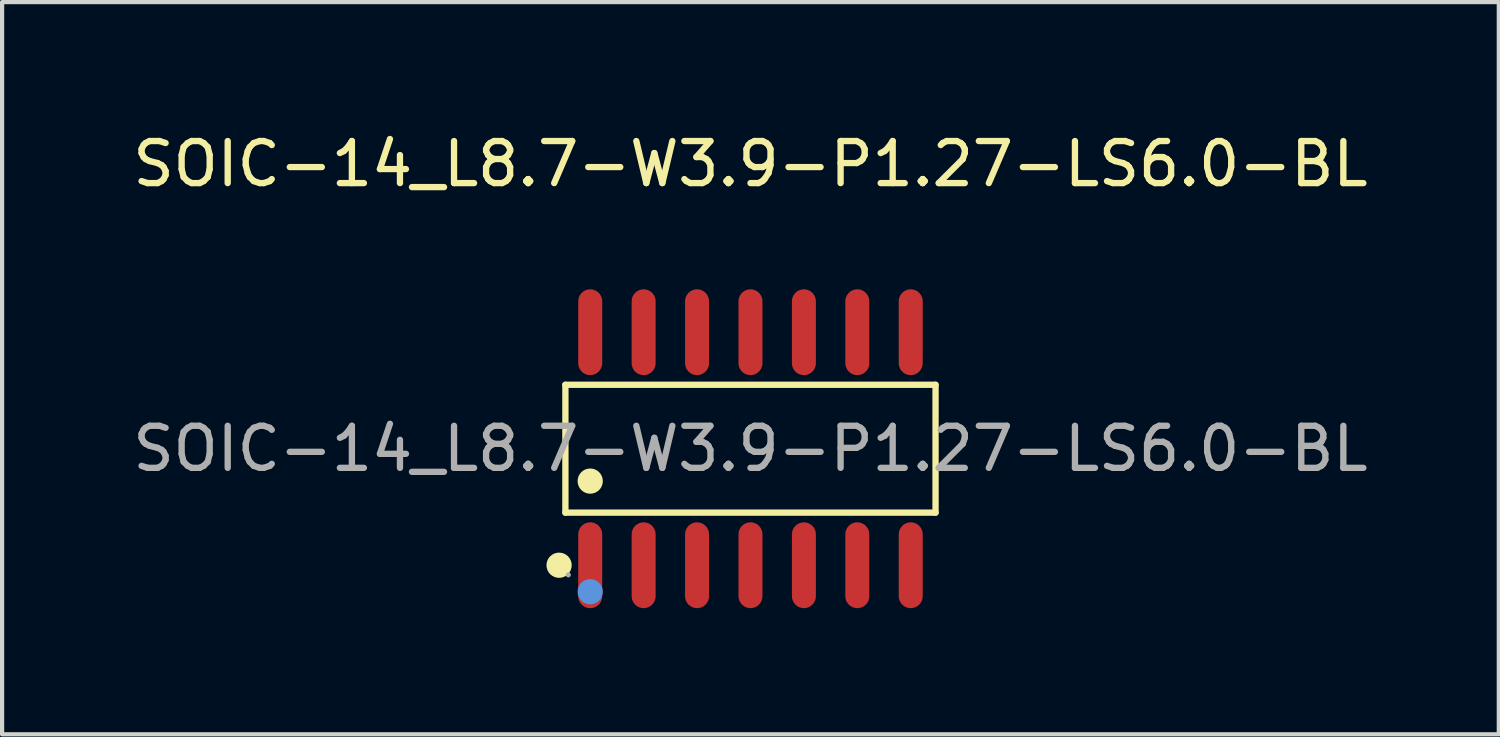
<source format=kicad_pcb>
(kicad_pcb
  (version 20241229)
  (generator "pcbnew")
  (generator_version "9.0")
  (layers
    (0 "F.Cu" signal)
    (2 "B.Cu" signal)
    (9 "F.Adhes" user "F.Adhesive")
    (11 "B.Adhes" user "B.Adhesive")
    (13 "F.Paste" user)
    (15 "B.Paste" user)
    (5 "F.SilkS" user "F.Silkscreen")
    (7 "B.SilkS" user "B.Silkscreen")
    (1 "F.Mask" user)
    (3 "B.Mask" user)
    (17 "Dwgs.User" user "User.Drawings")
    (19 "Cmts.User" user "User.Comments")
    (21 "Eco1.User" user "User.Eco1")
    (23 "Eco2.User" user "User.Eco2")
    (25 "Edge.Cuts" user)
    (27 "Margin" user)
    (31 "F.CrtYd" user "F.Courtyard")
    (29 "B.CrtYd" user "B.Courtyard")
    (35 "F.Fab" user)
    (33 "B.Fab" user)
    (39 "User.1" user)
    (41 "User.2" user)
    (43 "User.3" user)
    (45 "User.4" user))
  (footprint "SOIC-14_L8.7-W3.9-P1.27-LS6.0-BL"
    (layer "F.Cu")
    (at 14.792 7.618)
    (property "Reference" "SOIC-14_L8.7-W3.9-P1.27-LS6.0-BL" (at 0 -6.77 0) (layer "F.SilkS") (effects (font (size 1 1) (thickness 0.15))))
    (attr smd)
    (fp_line (start -4.4 -1.52) (end 4.4 -1.52) (stroke (width 0.15) (type solid)) (layer "F.SilkS"))
    (fp_line (start -4.4 1.52) (end -4.4 -1.52) (stroke (width 0.15) (type solid)) (layer "F.SilkS"))
    (fp_line (start 4.4 -1.52) (end 4.4 1.52) (stroke (width 0.15) (type solid)) (layer "F.SilkS"))
    (fp_line (start 4.4 1.52) (end -4.4 1.52) (stroke (width 0.15) (type solid)) (layer "F.SilkS"))
    (fp_circle (center -4.55 2.77) (end -4.4 2.77) (stroke (width 0.3) (type solid)) (fill no) (layer "F.SilkS"))
    (fp_circle (center -3.81 0.77) (end -3.66 0.77) (stroke (width 0.3) (type solid)) (fill no) (layer "F.SilkS"))
    (fp_circle (center -3.81 3.4) (end -3.66 3.4) (stroke (width 0.3) (type solid)) (fill no) (layer "Cmts.User"))
    (fp_circle (center -4.33 3) (end -4.3 3) (stroke (width 0.06) (type solid)) (fill no) (layer "F.Fab"))
    (fp_text user "${REFERENCE}" (at 0 0 0) (layer "F.Fab") (effects (font (size 1 1) (thickness 0.15))))
    (pad "1" smd oval (at -3.81 2.77) (size 0.57 2.04) (layers "F.Cu" "F.Mask" "F.Paste"))
    (pad "2" smd oval (at -2.54 2.77) (size 0.57 2.04) (layers "F.Cu" "F.Mask" "F.Paste"))
    (pad "3" smd oval (at -1.27 2.77) (size 0.57 2.04) (layers "F.Cu" "F.Mask" "F.Paste"))
    (pad "4" smd oval (at 0 2.77) (size 0.57 2.04) (layers "F.Cu" "F.Mask" "F.Paste"))
    (pad "5" smd oval (at 1.27 2.77) (size 0.57 2.04) (layers "F.Cu" "F.Mask" "F.Paste"))
    (pad "6" smd oval (at 2.54 2.77) (size 0.57 2.04) (layers "F.Cu" "F.Mask" "F.Paste"))
    (pad "7" smd oval (at 3.81 2.77) (size 0.57 2.04) (layers "F.Cu" "F.Mask" "F.Paste"))
    (pad "8" smd oval (at 3.81 -2.77) (size 0.57 2.04) (layers "F.Cu" "F.Mask" "F.Paste"))
    (pad "9" smd oval (at 2.54 -2.77) (size 0.57 2.04) (layers "F.Cu" "F.Mask" "F.Paste"))
    (pad "10" smd oval (at 1.27 -2.77) (size 0.57 2.04) (layers "F.Cu" "F.Mask" "F.Paste"))
    (pad "11" smd oval (at 0 -2.77) (size 0.57 2.04) (layers "F.Cu" "F.Mask" "F.Paste"))
    (pad "12" smd oval (at -1.27 -2.77) (size 0.57 2.04) (layers "F.Cu" "F.Mask" "F.Paste"))
    (pad "13" smd oval (at -2.54 -2.77) (size 0.57 2.04) (layers "F.Cu" "F.Mask" "F.Paste"))
    (pad "14" smd oval (at -3.81 -2.77) (size 0.57 2.04) (layers "F.Cu" "F.Mask" "F.Paste")))
  (gr_rect
    (start -3 -3)
    (end 32.583 14.408)
    (stroke (width 0.1) (type default))
    (fill no)
    (layer "Edge.Cuts")))
</source>
